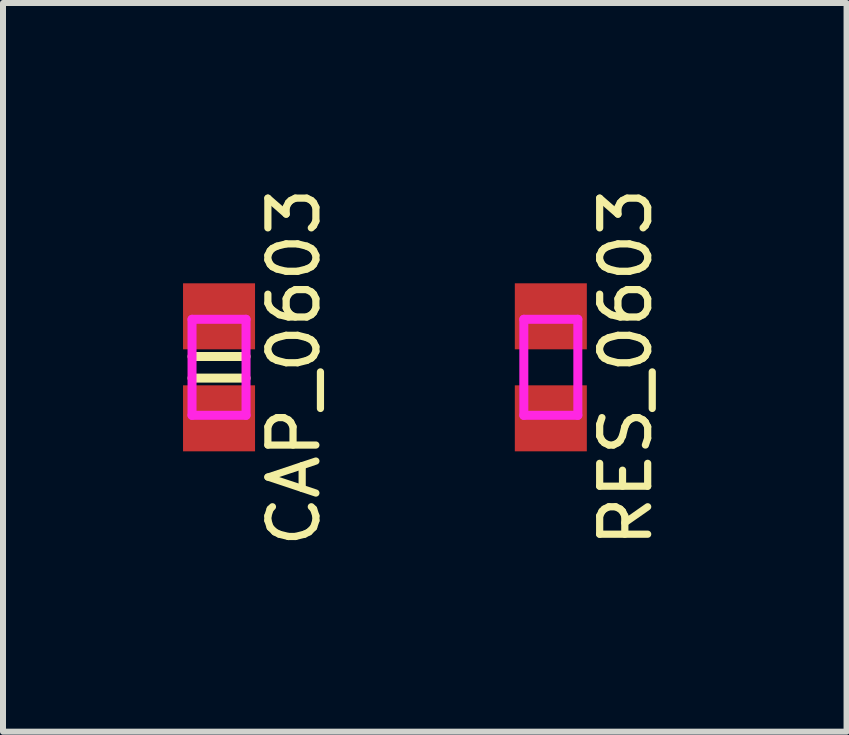
<source format=kicad_pcb>
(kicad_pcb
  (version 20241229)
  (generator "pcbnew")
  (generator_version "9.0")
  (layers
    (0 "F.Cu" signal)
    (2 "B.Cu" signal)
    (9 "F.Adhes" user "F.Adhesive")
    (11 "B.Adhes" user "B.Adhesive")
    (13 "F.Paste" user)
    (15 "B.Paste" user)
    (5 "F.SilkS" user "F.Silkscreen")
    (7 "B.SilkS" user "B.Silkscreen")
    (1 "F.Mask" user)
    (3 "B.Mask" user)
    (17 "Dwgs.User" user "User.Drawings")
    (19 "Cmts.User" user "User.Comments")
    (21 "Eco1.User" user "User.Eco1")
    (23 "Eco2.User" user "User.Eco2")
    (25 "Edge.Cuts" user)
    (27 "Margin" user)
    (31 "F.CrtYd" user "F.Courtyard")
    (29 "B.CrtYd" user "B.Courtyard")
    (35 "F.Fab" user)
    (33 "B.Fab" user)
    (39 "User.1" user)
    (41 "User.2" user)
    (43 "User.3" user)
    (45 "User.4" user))
  (footprint "RES_0603"
    (layer "F.Cu")
    (at 6.129 3.071)
    (property "Reference" "RES_0603" (at 1.25 0 90) (layer "F.SilkS") (effects (font (size 0.8 0.8) (thickness 0.12))))
    (attr smd)
    (fp_line (start -0.45 0.18) (end -0.45 -0.18) (stroke (width 0.127) (type solid)) (layer "F.SilkS"))
    (fp_line (start 0.45 -0.18) (end 0.45 0.18) (stroke (width 0.127) (type solid)) (layer "F.SilkS"))
    (fp_line (start -0.45 -0.8) (end -0.45 0.8) (stroke (width 0.15) (type solid)) (layer "F.CrtYd"))
    (fp_line (start -0.45 0.8) (end 0.45 0.8) (stroke (width 0.15) (type solid)) (layer "F.CrtYd"))
    (fp_line (start 0.45 -0.8) (end -0.45 -0.8) (stroke (width 0.15) (type solid)) (layer "F.CrtYd"))
    (fp_line (start 0.45 0.8) (end 0.45 -0.8) (stroke (width 0.15) (type solid)) (layer "F.CrtYd"))
    (pad "1" smd rect (at 0 -0.85 270) (size 1.1 1.2) (layers "F.Cu" "F.Mask" "F.Paste"))
    (pad "2" smd rect (at 0 0.85 270) (size 1.1 1.2) (layers "F.Cu" "F.Mask" "F.Paste")))
  (footprint "CAP_0603"
    (layer "F.Cu")
    (at 0.6 3.071)
    (property "Reference" "CAP_0603" (at 1.25 0 90) (layer "F.SilkS") (effects (font (size 0.8 0.8) (thickness 0.12))))
    (attr smd)
    (fp_line (start -0.45 -0.18) (end 0.45 -0.18) (stroke (width 0.15) (type solid)) (layer "F.SilkS"))
    (fp_line (start -0.45 0.18) (end 0.45 0.18) (stroke (width 0.15) (type solid)) (layer "F.SilkS"))
    (fp_line (start -0.45 -0.8) (end -0.45 0.8) (stroke (width 0.15) (type solid)) (layer "F.CrtYd"))
    (fp_line (start -0.45 0.8) (end 0.45 0.8) (stroke (width 0.15) (type solid)) (layer "F.CrtYd"))
    (fp_line (start 0.45 -0.8) (end -0.45 -0.8) (stroke (width 0.15) (type solid)) (layer "F.CrtYd"))
    (fp_line (start 0.45 0.8) (end 0.45 -0.8) (stroke (width 0.15) (type solid)) (layer "F.CrtYd"))
    (pad "1" smd rect (at 0 -0.85 270) (size 1.1 1.2) (layers "F.Cu" "F.Mask" "F.Paste"))
    (pad "2" smd rect (at 0 0.85 270) (size 1.1 1.2) (layers "F.Cu" "F.Mask" "F.Paste")))
  (gr_rect
    (start -3 -3)
    (end 11.057 9.143)
    (stroke (width 0.1) (type default))
    (fill no)
    (layer "Edge.Cuts")))
</source>
